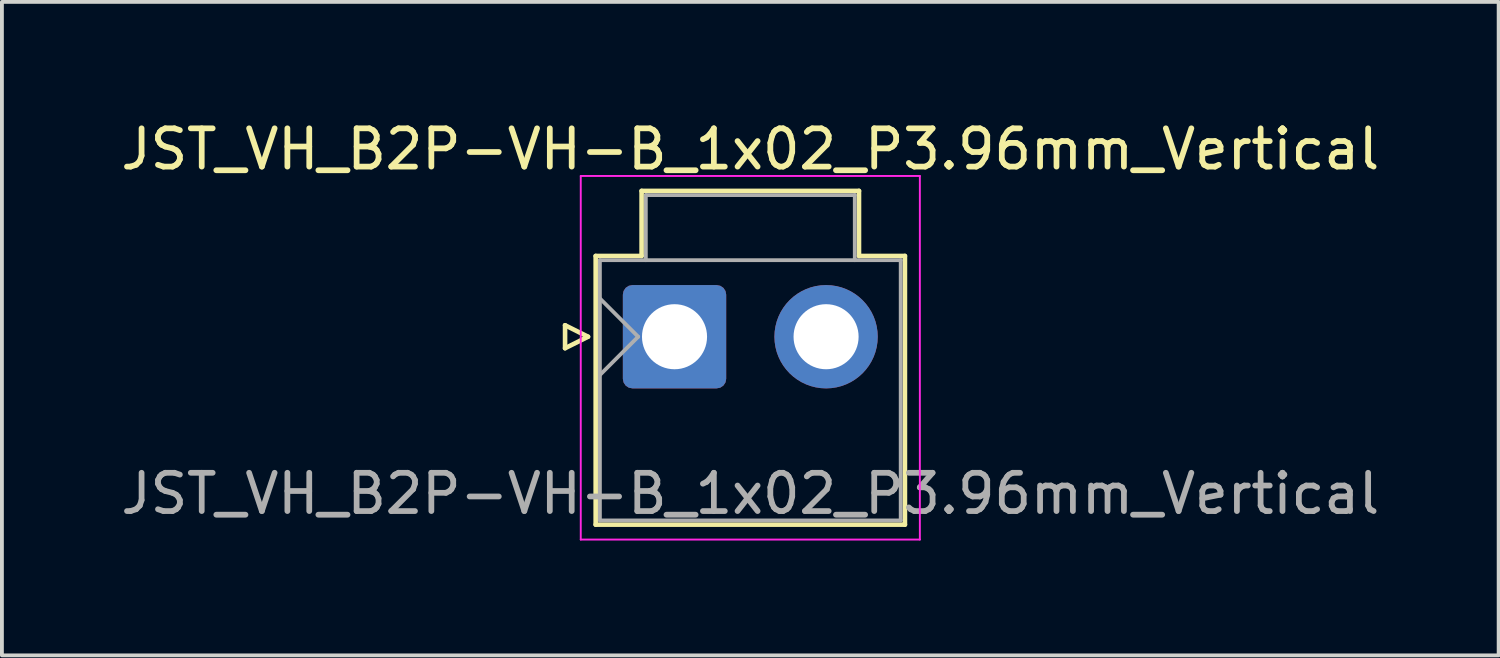
<source format=kicad_pcb>
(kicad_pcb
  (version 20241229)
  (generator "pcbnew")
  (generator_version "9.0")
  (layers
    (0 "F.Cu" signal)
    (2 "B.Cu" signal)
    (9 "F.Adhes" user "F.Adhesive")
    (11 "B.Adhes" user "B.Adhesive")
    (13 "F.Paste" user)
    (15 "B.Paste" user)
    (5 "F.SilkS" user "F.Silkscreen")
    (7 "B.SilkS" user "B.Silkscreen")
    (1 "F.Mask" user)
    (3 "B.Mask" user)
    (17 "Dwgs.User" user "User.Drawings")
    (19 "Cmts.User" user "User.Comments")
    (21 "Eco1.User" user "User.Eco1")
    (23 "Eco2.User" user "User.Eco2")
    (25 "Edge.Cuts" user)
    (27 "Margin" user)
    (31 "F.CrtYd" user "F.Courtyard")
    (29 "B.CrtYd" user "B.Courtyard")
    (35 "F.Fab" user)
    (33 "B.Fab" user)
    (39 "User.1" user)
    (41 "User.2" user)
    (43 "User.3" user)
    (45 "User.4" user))
  (footprint "JST_VH_B2P-VH-B_1x02_P3.96mm_Vertical"
    (layer "F.Cu")
    (at 14.574 5.748)
    (property "Reference" "JST_VH_B2P-VH-B_1x02_P3.96mm_Vertical" (at 1.98 -4.9 0) (layer "F.SilkS") (effects (font (size 1 1) (thickness 0.15))))
    (attr through_hole)
    (fp_line (start -2.86 -0.3) (end -2.26 0) (stroke (width 0.12) (type solid)) (layer "F.SilkS"))
    (fp_line (start -2.86 0.3) (end -2.86 -0.3) (stroke (width 0.12) (type solid)) (layer "F.SilkS"))
    (fp_line (start -2.26 0) (end -2.86 0.3) (stroke (width 0.12) (type solid)) (layer "F.SilkS"))
    (fp_line (start -2.06 -2.11) (end -0.86 -2.11) (stroke (width 0.12) (type solid)) (layer "F.SilkS"))
    (fp_line (start -2.06 4.91) (end -2.06 -2.11) (stroke (width 0.12) (type solid)) (layer "F.SilkS"))
    (fp_line (start -0.86 -3.81) (end 4.82 -3.81) (stroke (width 0.12) (type solid)) (layer "F.SilkS"))
    (fp_line (start -0.86 -2.11) (end -0.86 -3.81) (stroke (width 0.12) (type solid)) (layer "F.SilkS"))
    (fp_line (start 4.82 -3.81) (end 4.82 -2.11) (stroke (width 0.12) (type solid)) (layer "F.SilkS"))
    (fp_line (start 4.82 -2.11) (end 6.02 -2.11) (stroke (width 0.12) (type solid)) (layer "F.SilkS"))
    (fp_line (start 6.02 -2.11) (end 6.02 4.91) (stroke (width 0.12) (type solid)) (layer "F.SilkS"))
    (fp_line (start 6.02 4.91) (end -2.06 4.91) (stroke (width 0.12) (type solid)) (layer "F.SilkS"))
    (fp_line (start -2.45 -4.2) (end -2.45 5.3) (stroke (width 0.05) (type solid)) (layer "F.CrtYd"))
    (fp_line (start -2.45 5.3) (end 6.41 5.3) (stroke (width 0.05) (type solid)) (layer "F.CrtYd"))
    (fp_line (start 6.41 -4.2) (end -2.45 -4.2) (stroke (width 0.05) (type solid)) (layer "F.CrtYd"))
    (fp_line (start 6.41 5.3) (end 6.41 -4.2) (stroke (width 0.05) (type solid)) (layer "F.CrtYd"))
    (fp_line (start -1.95 -2) (end -1.95 4.8) (stroke (width 0.1) (type solid)) (layer "F.Fab"))
    (fp_line (start -1.95 -1) (end -0.95 0) (stroke (width 0.1) (type solid)) (layer "F.Fab"))
    (fp_line (start -1.95 1) (end -0.95 0) (stroke (width 0.1) (type solid)) (layer "F.Fab"))
    (fp_line (start -1.95 4.8) (end 5.91 4.8) (stroke (width 0.1) (type solid)) (layer "F.Fab"))
    (fp_line (start -0.75 -3.7) (end 4.71 -3.7) (stroke (width 0.1) (type solid)) (layer "F.Fab"))
    (fp_line (start -0.75 -2) (end -0.75 -3.7) (stroke (width 0.1) (type solid)) (layer "F.Fab"))
    (fp_line (start 4.71 -3.7) (end 4.71 -2) (stroke (width 0.1) (type solid)) (layer "F.Fab"))
    (fp_line (start 5.91 -2) (end -1.95 -2) (stroke (width 0.1) (type solid)) (layer "F.Fab"))
    (fp_line (start 5.91 4.8) (end 5.91 -2) (stroke (width 0.1) (type solid)) (layer "F.Fab"))
    (fp_text user "${REFERENCE}" (at 1.98 4.1 0) (layer "F.Fab") (effects (font (size 1 1) (thickness 0.15))))
    (pad "1" thru_hole roundrect (at 0 0) (size 2.7 2.7) (drill 1.7) (layers "*.Cu" "*.Mask") (roundrect_rratio 0.093))
    (pad "2" thru_hole circle (at 3.96 0) (size 2.7 2.7) (drill 1.7) (layers "*.Cu" "*.Mask")))
  (gr_rect
    (start -3 -3)
    (end 36.107 14.073)
    (stroke (width 0.1) (type default))
    (fill no)
    (layer "Edge.Cuts")))
</source>
